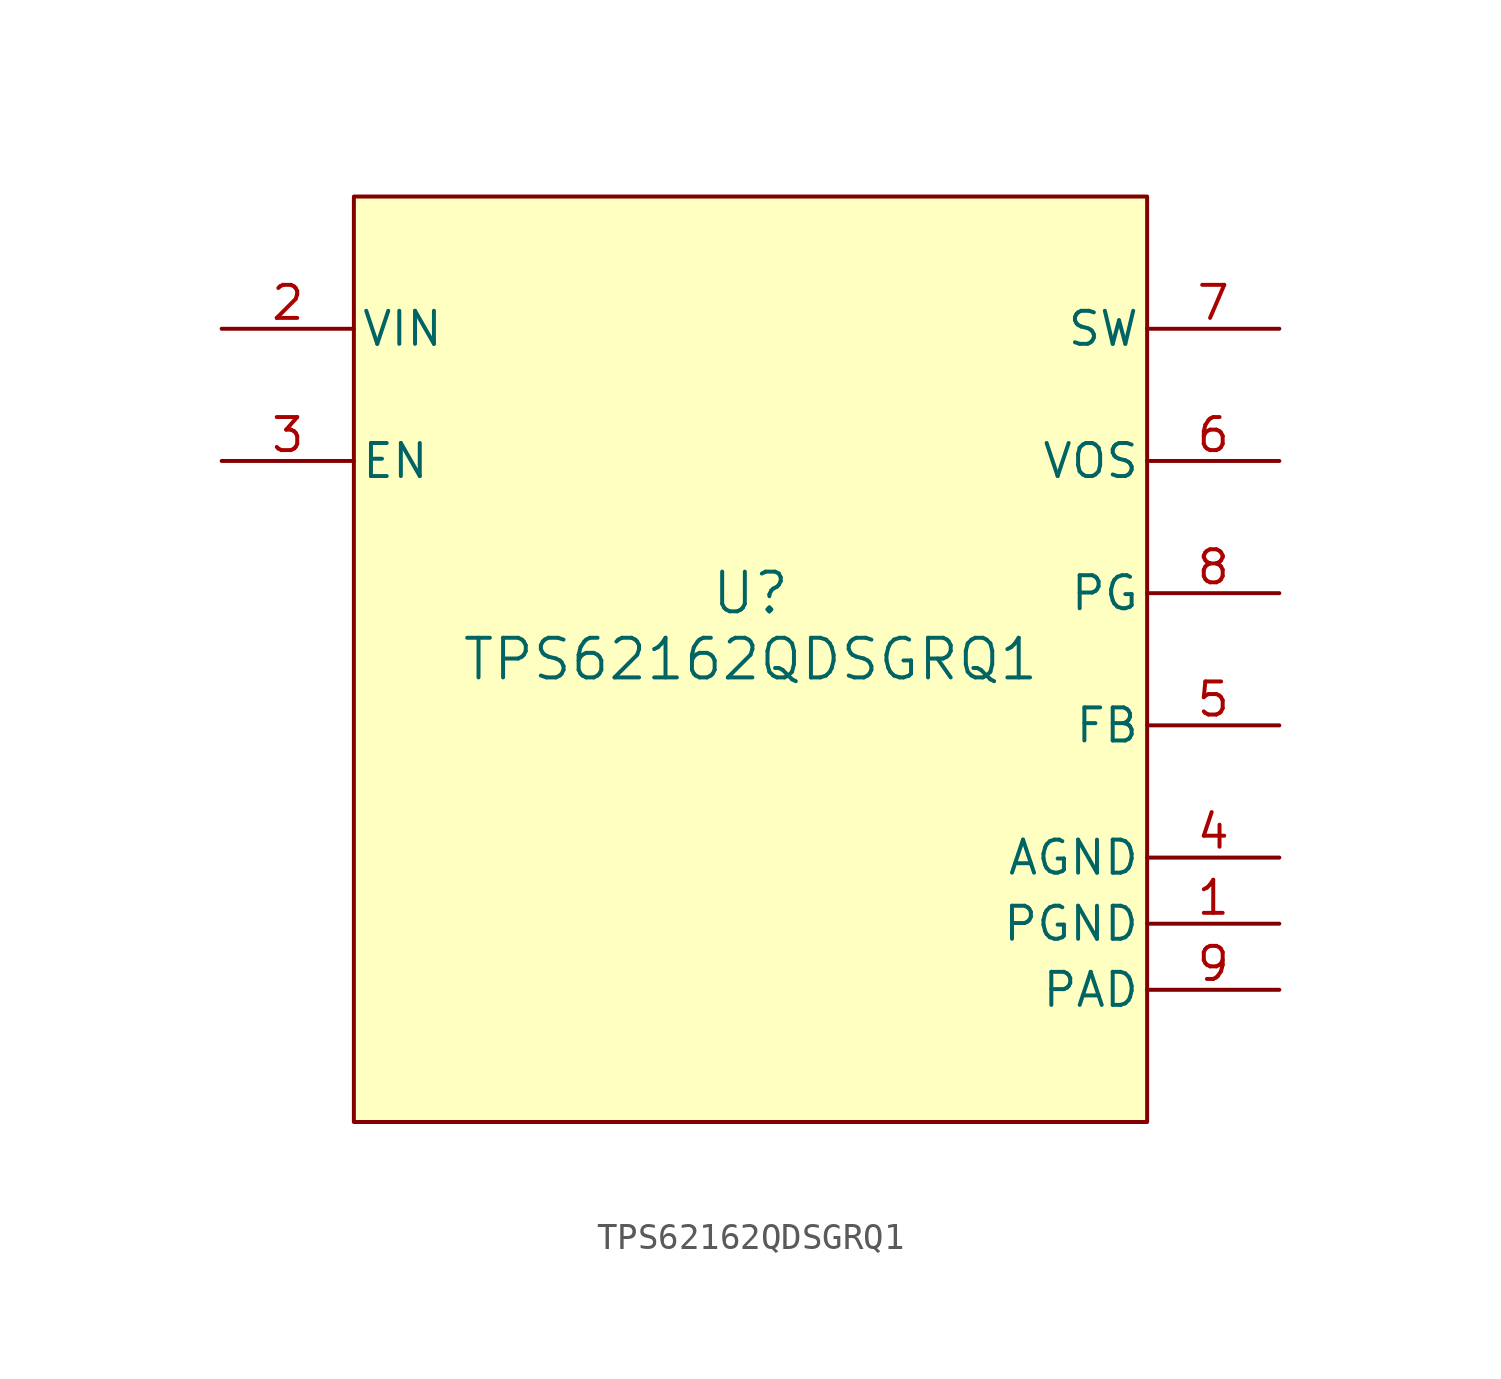
<source format=kicad_sym>
(kicad_symbol_lib
  (version 20220914)
  (generator kicad_symbol_editor)
  (symbol "TPS62162QDSGRQ1"
    (pin_names
      (offset 0.254))
    (property "Reference" "U"
      (at 0 2.54 0)
      (effects (font (size 1.524 1.524))))
    (property "Value" "TPS62162QDSGRQ1"
      (at 0 0 0)
      (effects (font (size 1.524 1.524))))
    (property "ki_locked" ""
      (at 0 0 0)
      (effects (font (size 1.27 1.27))))
    (symbol "TPS62162QDSGRQ1_0_1"
      (pin power_in line (at 20.32 -10.16 180) (length 5.08) (name "PGND" (effects (font (size 1.27 1.27)))) (number "1" (effects (font (size 1.27 1.27)))))
      (pin power_in line (at -20.32 12.7 0) (length 5.08) (name "VIN" (effects (font (size 1.27 1.27)))) (number "2" (effects (font (size 1.27 1.27)))))
      (pin input line (at -20.32 7.62 0) (length 5.08) (name "EN" (effects (font (size 1.27 1.27)))) (number "3" (effects (font (size 1.27 1.27)))))
      (pin power_in line (at 20.32 -7.62 180) (length 5.08) (name "AGND" (effects (font (size 1.27 1.27)))) (number "4" (effects (font (size 1.27 1.27)))))
      (pin input line (at 20.32 -2.54 180) (length 5.08) (name "FB" (effects (font (size 1.27 1.27)))) (number "5" (effects (font (size 1.27 1.27)))))
      (pin input line (at 20.32 7.62 180) (length 5.08) (name "VOS" (effects (font (size 1.27 1.27)))) (number "6" (effects (font (size 1.27 1.27)))))
      (pin power_in line (at 20.32 12.7 180) (length 5.08) (name "SW" (effects (font (size 1.27 1.27)))) (number "7" (effects (font (size 1.27 1.27)))))
      (pin tri_state line (at 20.32 2.54 180) (length 5.08) (name "PG" (effects (font (size 1.27 1.27)))) (number "8" (effects (font (size 1.27 1.27)))))
      (pin power_in line (at 20.32 -12.7 180) (length 5.08) (name "PAD" (effects (font (size 1.27 1.27)))) (number "9" (effects (font (size 1.27 1.27))))))
    (symbol "TPS62162QDSGRQ1_1_1"
      (rectangle (start -15.24 17.78) (end 15.24 -17.78) (stroke (width 0) (type default)) (fill (type background))))))
</source>
